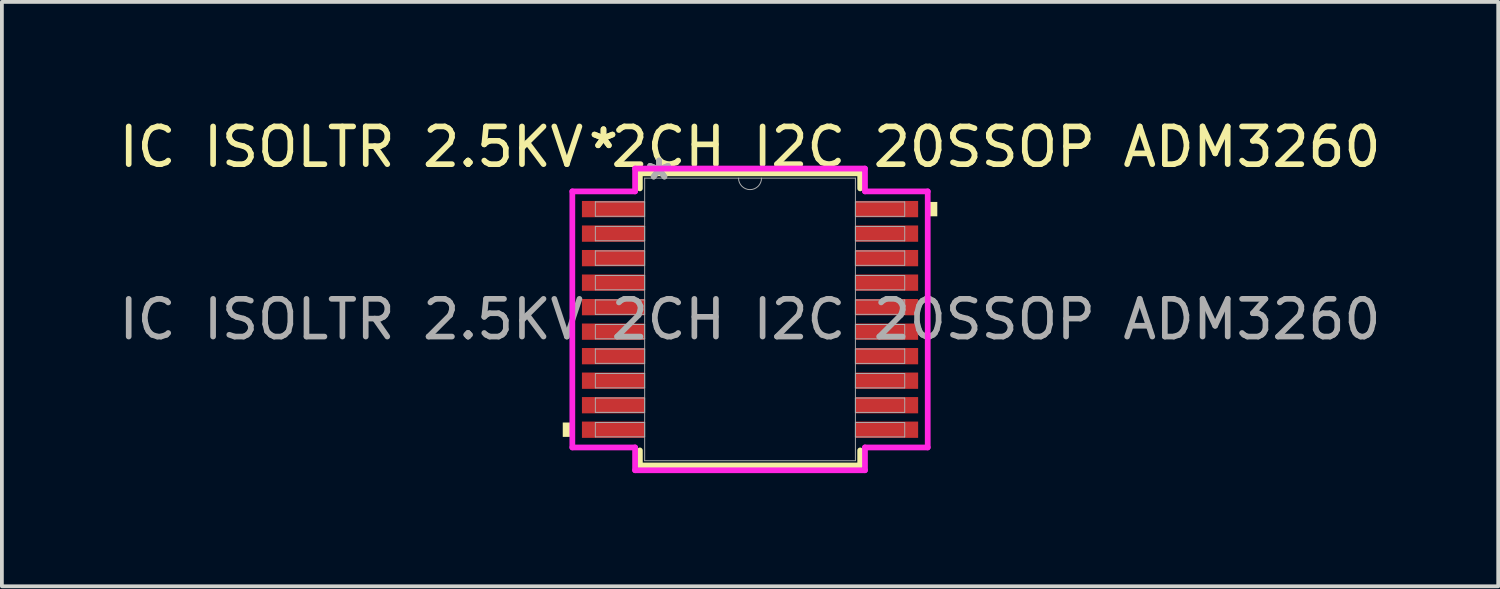
<source format=kicad_pcb>
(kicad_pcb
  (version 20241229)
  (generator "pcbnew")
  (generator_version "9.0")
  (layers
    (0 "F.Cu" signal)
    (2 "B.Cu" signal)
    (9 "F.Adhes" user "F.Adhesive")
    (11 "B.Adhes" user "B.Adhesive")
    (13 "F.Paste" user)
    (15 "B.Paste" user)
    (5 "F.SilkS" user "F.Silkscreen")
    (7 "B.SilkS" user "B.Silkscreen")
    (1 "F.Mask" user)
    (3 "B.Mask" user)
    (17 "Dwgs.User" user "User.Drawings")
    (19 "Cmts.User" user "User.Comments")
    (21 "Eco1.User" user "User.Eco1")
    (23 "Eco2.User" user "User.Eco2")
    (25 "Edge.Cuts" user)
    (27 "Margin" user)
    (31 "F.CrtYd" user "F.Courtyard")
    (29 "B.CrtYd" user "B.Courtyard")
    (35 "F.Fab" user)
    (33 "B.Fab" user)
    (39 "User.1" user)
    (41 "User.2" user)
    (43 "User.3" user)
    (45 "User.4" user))
  (footprint "IC ISOLTR 2.5KV 2CH I2C 20SSOP ADM3260"
    (layer "F.Cu")
    (at 16.839 5.42)
    (property "Reference" "IC ISOLTR 2.5KV 2CH I2C 20SSOP ADM3260" (at 0 -4.572 0) (unlocked yes) (layer "F.SilkS") (effects (font (size 1 1) (thickness 0.15))))
    (attr smd)
    (fp_line (start -2.921 -3.873) (end -2.921 -3.474) (stroke (width 0.152) (type solid)) (layer "F.SilkS"))
    (fp_line (start -2.921 3.474) (end -2.921 3.873) (stroke (width 0.152) (type solid)) (layer "F.SilkS"))
    (fp_line (start -2.921 3.873) (end 2.921 3.873) (stroke (width 0.152) (type solid)) (layer "F.SilkS"))
    (fp_line (start 2.921 -3.873) (end -2.921 -3.873) (stroke (width 0.152) (type solid)) (layer "F.SilkS"))
    (fp_line (start 2.921 -3.474) (end 2.921 -3.873) (stroke (width 0.152) (type solid)) (layer "F.SilkS"))
    (fp_line (start 2.921 3.873) (end 2.921 3.474) (stroke (width 0.152) (type solid)) (layer "F.SilkS"))
    (fp_poly (pts (xy -4.966 2.734) (xy -4.966 3.115) (xy -4.712 3.115) (xy -4.712 2.734)) (stroke (width 0) (type solid)) (fill yes) (layer "F.SilkS"))
    (fp_poly (pts (xy 4.966 -3.115) (xy 4.966 -2.734) (xy 4.712 -2.734) (xy 4.712 -3.115)) (stroke (width 0) (type solid)) (fill yes) (layer "F.SilkS"))
    (fp_line (start -4.712 -3.395) (end -3.048 -3.395) (stroke (width 0.152) (type solid)) (layer "F.CrtYd"))
    (fp_line (start -4.712 3.395) (end -4.712 -3.395) (stroke (width 0.152) (type solid)) (layer "F.CrtYd"))
    (fp_line (start -4.712 3.395) (end -3.048 3.395) (stroke (width 0.152) (type solid)) (layer "F.CrtYd"))
    (fp_line (start -3.048 -4) (end 3.048 -4) (stroke (width 0.152) (type solid)) (layer "F.CrtYd"))
    (fp_line (start -3.048 -3.395) (end -3.048 -4) (stroke (width 0.152) (type solid)) (layer "F.CrtYd"))
    (fp_line (start -3.048 4) (end -3.048 3.395) (stroke (width 0.152) (type solid)) (layer "F.CrtYd"))
    (fp_line (start 3.048 -4) (end 3.048 -3.395) (stroke (width 0.152) (type solid)) (layer "F.CrtYd"))
    (fp_line (start 3.048 3.395) (end 3.048 4) (stroke (width 0.152) (type solid)) (layer "F.CrtYd"))
    (fp_line (start 3.048 4) (end -3.048 4) (stroke (width 0.152) (type solid)) (layer "F.CrtYd"))
    (fp_line (start 4.712 -3.395) (end 3.048 -3.395) (stroke (width 0.152) (type solid)) (layer "F.CrtYd"))
    (fp_line (start 4.712 -3.395) (end 4.712 3.395) (stroke (width 0.152) (type solid)) (layer "F.CrtYd"))
    (fp_line (start 4.712 3.395) (end 3.048 3.395) (stroke (width 0.152) (type solid)) (layer "F.CrtYd"))
    (fp_line (start -4.102 -3.116) (end -4.102 -2.735) (stroke (width 0.025) (type solid)) (layer "F.Fab"))
    (fp_line (start -4.102 -2.735) (end -2.794 -2.735) (stroke (width 0.025) (type solid)) (layer "F.Fab"))
    (fp_line (start -4.102 -2.466) (end -4.102 -2.084) (stroke (width 0.025) (type solid)) (layer "F.Fab"))
    (fp_line (start -4.102 -2.084) (end -2.794 -2.084) (stroke (width 0.025) (type solid)) (layer "F.Fab"))
    (fp_line (start -4.102 -1.816) (end -4.102 -1.435) (stroke (width 0.025) (type solid)) (layer "F.Fab"))
    (fp_line (start -4.102 -1.435) (end -2.794 -1.435) (stroke (width 0.025) (type solid)) (layer "F.Fab"))
    (fp_line (start -4.102 -1.166) (end -4.102 -0.785) (stroke (width 0.025) (type solid)) (layer "F.Fab"))
    (fp_line (start -4.102 -0.785) (end -2.794 -0.785) (stroke (width 0.025) (type solid)) (layer "F.Fab"))
    (fp_line (start -4.102 -0.516) (end -4.102 -0.135) (stroke (width 0.025) (type solid)) (layer "F.Fab"))
    (fp_line (start -4.102 -0.135) (end -2.794 -0.135) (stroke (width 0.025) (type solid)) (layer "F.Fab"))
    (fp_line (start -4.102 0.134) (end -4.102 0.515) (stroke (width 0.025) (type solid)) (layer "F.Fab"))
    (fp_line (start -4.102 0.515) (end -2.794 0.515) (stroke (width 0.025) (type solid)) (layer "F.Fab"))
    (fp_line (start -4.102 0.784) (end -4.102 1.165) (stroke (width 0.025) (type solid)) (layer "F.Fab"))
    (fp_line (start -4.102 1.165) (end -2.794 1.165) (stroke (width 0.025) (type solid)) (layer "F.Fab"))
    (fp_line (start -4.102 1.434) (end -4.102 1.815) (stroke (width 0.025) (type solid)) (layer "F.Fab"))
    (fp_line (start -4.102 1.815) (end -2.794 1.815) (stroke (width 0.025) (type solid)) (layer "F.Fab"))
    (fp_line (start -4.102 2.084) (end -4.102 2.465) (stroke (width 0.025) (type solid)) (layer "F.Fab"))
    (fp_line (start -4.102 2.465) (end -2.794 2.465) (stroke (width 0.025) (type solid)) (layer "F.Fab"))
    (fp_line (start -4.102 2.734) (end -4.102 3.115) (stroke (width 0.025) (type solid)) (layer "F.Fab"))
    (fp_line (start -4.102 3.115) (end -2.794 3.115) (stroke (width 0.025) (type solid)) (layer "F.Fab"))
    (fp_line (start -2.794 -3.747) (end -2.794 3.747) (stroke (width 0.025) (type solid)) (layer "F.Fab"))
    (fp_line (start -2.794 -3.116) (end -4.102 -3.116) (stroke (width 0.025) (type solid)) (layer "F.Fab"))
    (fp_line (start -2.794 -2.735) (end -2.794 -3.116) (stroke (width 0.025) (type solid)) (layer "F.Fab"))
    (fp_line (start -2.794 -2.466) (end -4.102 -2.466) (stroke (width 0.025) (type solid)) (layer "F.Fab"))
    (fp_line (start -2.794 -2.084) (end -2.794 -2.466) (stroke (width 0.025) (type solid)) (layer "F.Fab"))
    (fp_line (start -2.794 -1.816) (end -4.102 -1.816) (stroke (width 0.025) (type solid)) (layer "F.Fab"))
    (fp_line (start -2.794 -1.435) (end -2.794 -1.816) (stroke (width 0.025) (type solid)) (layer "F.Fab"))
    (fp_line (start -2.794 -1.166) (end -4.102 -1.166) (stroke (width 0.025) (type solid)) (layer "F.Fab"))
    (fp_line (start -2.794 -0.785) (end -2.794 -1.166) (stroke (width 0.025) (type solid)) (layer "F.Fab"))
    (fp_line (start -2.794 -0.516) (end -4.102 -0.516) (stroke (width 0.025) (type solid)) (layer "F.Fab"))
    (fp_line (start -2.794 -0.135) (end -2.794 -0.516) (stroke (width 0.025) (type solid)) (layer "F.Fab"))
    (fp_line (start -2.794 0.134) (end -4.102 0.134) (stroke (width 0.025) (type solid)) (layer "F.Fab"))
    (fp_line (start -2.794 0.515) (end -2.794 0.134) (stroke (width 0.025) (type solid)) (layer "F.Fab"))
    (fp_line (start -2.794 0.784) (end -4.102 0.784) (stroke (width 0.025) (type solid)) (layer "F.Fab"))
    (fp_line (start -2.794 1.165) (end -2.794 0.784) (stroke (width 0.025) (type solid)) (layer "F.Fab"))
    (fp_line (start -2.794 1.434) (end -4.102 1.434) (stroke (width 0.025) (type solid)) (layer "F.Fab"))
    (fp_line (start -2.794 1.815) (end -2.794 1.434) (stroke (width 0.025) (type solid)) (layer "F.Fab"))
    (fp_line (start -2.794 2.084) (end -4.102 2.084) (stroke (width 0.025) (type solid)) (layer "F.Fab"))
    (fp_line (start -2.794 2.465) (end -2.794 2.084) (stroke (width 0.025) (type solid)) (layer "F.Fab"))
    (fp_line (start -2.794 2.734) (end -4.102 2.734) (stroke (width 0.025) (type solid)) (layer "F.Fab"))
    (fp_line (start -2.794 3.115) (end -2.794 2.734) (stroke (width 0.025) (type solid)) (layer "F.Fab"))
    (fp_line (start -2.794 3.747) (end 2.794 3.747) (stroke (width 0.025) (type solid)) (layer "F.Fab"))
    (fp_line (start 2.794 -3.747) (end -2.794 -3.747) (stroke (width 0.025) (type solid)) (layer "F.Fab"))
    (fp_line (start 2.794 -3.115) (end 2.794 -2.734) (stroke (width 0.025) (type solid)) (layer "F.Fab"))
    (fp_line (start 2.794 -2.734) (end 4.102 -2.734) (stroke (width 0.025) (type solid)) (layer "F.Fab"))
    (fp_line (start 2.794 -2.465) (end 2.794 -2.084) (stroke (width 0.025) (type solid)) (layer "F.Fab"))
    (fp_line (start 2.794 -2.084) (end 4.102 -2.084) (stroke (width 0.025) (type solid)) (layer "F.Fab"))
    (fp_line (start 2.794 -1.815) (end 2.794 -1.434) (stroke (width 0.025) (type solid)) (layer "F.Fab"))
    (fp_line (start 2.794 -1.434) (end 4.102 -1.434) (stroke (width 0.025) (type solid)) (layer "F.Fab"))
    (fp_line (start 2.794 -1.165) (end 2.794 -0.784) (stroke (width 0.025) (type solid)) (layer "F.Fab"))
    (fp_line (start 2.794 -0.784) (end 4.102 -0.784) (stroke (width 0.025) (type solid)) (layer "F.Fab"))
    (fp_line (start 2.794 -0.515) (end 2.794 -0.134) (stroke (width 0.025) (type solid)) (layer "F.Fab"))
    (fp_line (start 2.794 -0.134) (end 4.102 -0.134) (stroke (width 0.025) (type solid)) (layer "F.Fab"))
    (fp_line (start 2.794 0.135) (end 2.794 0.516) (stroke (width 0.025) (type solid)) (layer "F.Fab"))
    (fp_line (start 2.794 0.516) (end 4.102 0.516) (stroke (width 0.025) (type solid)) (layer "F.Fab"))
    (fp_line (start 2.794 0.785) (end 2.794 1.166) (stroke (width 0.025) (type solid)) (layer "F.Fab"))
    (fp_line (start 2.794 1.166) (end 4.102 1.166) (stroke (width 0.025) (type solid)) (layer "F.Fab"))
    (fp_line (start 2.794 1.435) (end 2.794 1.816) (stroke (width 0.025) (type solid)) (layer "F.Fab"))
    (fp_line (start 2.794 1.816) (end 4.102 1.816) (stroke (width 0.025) (type solid)) (layer "F.Fab"))
    (fp_line (start 2.794 2.085) (end 2.794 2.466) (stroke (width 0.025) (type solid)) (layer "F.Fab"))
    (fp_line (start 2.794 2.466) (end 4.102 2.466) (stroke (width 0.025) (type solid)) (layer "F.Fab"))
    (fp_line (start 2.794 2.735) (end 2.794 3.116) (stroke (width 0.025) (type solid)) (layer "F.Fab"))
    (fp_line (start 2.794 3.116) (end 4.102 3.116) (stroke (width 0.025) (type solid)) (layer "F.Fab"))
    (fp_line (start 2.794 3.747) (end 2.794 -3.747) (stroke (width 0.025) (type solid)) (layer "F.Fab"))
    (fp_line (start 4.102 -3.115) (end 2.794 -3.115) (stroke (width 0.025) (type solid)) (layer "F.Fab"))
    (fp_line (start 4.102 -2.734) (end 4.102 -3.115) (stroke (width 0.025) (type solid)) (layer "F.Fab"))
    (fp_line (start 4.102 -2.465) (end 2.794 -2.465) (stroke (width 0.025) (type solid)) (layer "F.Fab"))
    (fp_line (start 4.102 -2.084) (end 4.102 -2.465) (stroke (width 0.025) (type solid)) (layer "F.Fab"))
    (fp_line (start 4.102 -1.815) (end 2.794 -1.815) (stroke (width 0.025) (type solid)) (layer "F.Fab"))
    (fp_line (start 4.102 -1.434) (end 4.102 -1.815) (stroke (width 0.025) (type solid)) (layer "F.Fab"))
    (fp_line (start 4.102 -1.165) (end 2.794 -1.165) (stroke (width 0.025) (type solid)) (layer "F.Fab"))
    (fp_line (start 4.102 -0.784) (end 4.102 -1.165) (stroke (width 0.025) (type solid)) (layer "F.Fab"))
    (fp_line (start 4.102 -0.515) (end 2.794 -0.515) (stroke (width 0.025) (type solid)) (layer "F.Fab"))
    (fp_line (start 4.102 -0.134) (end 4.102 -0.515) (stroke (width 0.025) (type solid)) (layer "F.Fab"))
    (fp_line (start 4.102 0.135) (end 2.794 0.135) (stroke (width 0.025) (type solid)) (layer "F.Fab"))
    (fp_line (start 4.102 0.516) (end 4.102 0.135) (stroke (width 0.025) (type solid)) (layer "F.Fab"))
    (fp_line (start 4.102 0.785) (end 2.794 0.785) (stroke (width 0.025) (type solid)) (layer "F.Fab"))
    (fp_line (start 4.102 1.166) (end 4.102 0.785) (stroke (width 0.025) (type solid)) (layer "F.Fab"))
    (fp_line (start 4.102 1.435) (end 2.794 1.435) (stroke (width 0.025) (type solid)) (layer "F.Fab"))
    (fp_line (start 4.102 1.816) (end 4.102 1.435) (stroke (width 0.025) (type solid)) (layer "F.Fab"))
    (fp_line (start 4.102 2.085) (end 2.794 2.085) (stroke (width 0.025) (type solid)) (layer "F.Fab"))
    (fp_line (start 4.102 2.466) (end 4.102 2.085) (stroke (width 0.025) (type solid)) (layer "F.Fab"))
    (fp_line (start 4.102 2.735) (end 2.794 2.735) (stroke (width 0.025) (type solid)) (layer "F.Fab"))
    (fp_line (start 4.102 3.116) (end 4.102 2.735) (stroke (width 0.025) (type solid)) (layer "F.Fab"))
    (fp_arc (start 0.3048 -3.7465) (mid 0 -3.4417) (end -0.3048 -3.7465) (stroke (width 0.0254) (type solid)) (layer "F.Fab"))
    (fp_text user "*" (at -3.886 -4.5 0) (layer "F.SilkS") (effects (font (size 1 1) (thickness 0.15))))
    (fp_text user "*" (at -3.886 -4.5 0) (unlocked yes) (layer "F.SilkS") (effects (font (size 1 1) (thickness 0.15))))
    (fp_text user "*" (at -2.413 -3.67 0) (layer "F.Fab") (effects (font (size 1 1) (thickness 0.15))))
    (fp_text user "*" (at -2.413 -3.67 0) (unlocked yes) (layer "F.Fab") (effects (font (size 1 1) (thickness 0.15))))
    (fp_text user "${REFERENCE}" (at 0 0 0) (unlocked yes) (layer "F.Fab") (effects (font (size 1 1) (thickness 0.15))))
    (pad "1" smd rect (at -3.632 -2.925) (size 1.651 0.432) (layers "F.Cu" "F.Mask" "F.Paste"))
    (pad "2" smd rect (at -3.632 -2.275) (size 1.651 0.432) (layers "F.Cu" "F.Mask" "F.Paste"))
    (pad "3" smd rect (at -3.632 -1.625) (size 1.651 0.432) (layers "F.Cu" "F.Mask" "F.Paste"))
    (pad "4" smd rect (at -3.632 -0.975) (size 1.651 0.432) (layers "F.Cu" "F.Mask" "F.Paste"))
    (pad "5" smd rect (at -3.632 -0.325) (size 1.651 0.432) (layers "F.Cu" "F.Mask" "F.Paste"))
    (pad "6" smd rect (at -3.632 0.325) (size 1.651 0.432) (layers "F.Cu" "F.Mask" "F.Paste"))
    (pad "7" smd rect (at -3.632 0.975) (size 1.651 0.432) (layers "F.Cu" "F.Mask" "F.Paste"))
    (pad "8" smd rect (at -3.632 1.625) (size 1.651 0.432) (layers "F.Cu" "F.Mask" "F.Paste"))
    (pad "9" smd rect (at -3.632 2.275) (size 1.651 0.432) (layers "F.Cu" "F.Mask" "F.Paste"))
    (pad "10" smd rect (at -3.632 2.925) (size 1.651 0.432) (layers "F.Cu" "F.Mask" "F.Paste"))
    (pad "11" smd rect (at 3.632 2.925) (size 1.651 0.432) (layers "F.Cu" "F.Mask" "F.Paste"))
    (pad "12" smd rect (at 3.632 2.275) (size 1.651 0.432) (layers "F.Cu" "F.Mask" "F.Paste"))
    (pad "13" smd rect (at 3.632 1.625) (size 1.651 0.432) (layers "F.Cu" "F.Mask" "F.Paste"))
    (pad "14" smd rect (at 3.632 0.975) (size 1.651 0.432) (layers "F.Cu" "F.Mask" "F.Paste"))
    (pad "15" smd rect (at 3.632 0.325) (size 1.651 0.432) (layers "F.Cu" "F.Mask" "F.Paste"))
    (pad "16" smd rect (at 3.632 -0.325) (size 1.651 0.432) (layers "F.Cu" "F.Mask" "F.Paste"))
    (pad "17" smd rect (at 3.632 -0.975) (size 1.651 0.432) (layers "F.Cu" "F.Mask" "F.Paste"))
    (pad "18" smd rect (at 3.632 -1.625) (size 1.651 0.432) (layers "F.Cu" "F.Mask" "F.Paste"))
    (pad "19" smd rect (at 3.632 -2.275) (size 1.651 0.432) (layers "F.Cu" "F.Mask" "F.Paste"))
    (pad "20" smd rect (at 3.632 -2.925) (size 1.651 0.432) (layers "F.Cu" "F.Mask" "F.Paste")))
  (gr_rect
    (start -3 -3)
    (end 36.679 12.497)
    (stroke (width 0.1) (type default))
    (fill no)
    (layer "Edge.Cuts")))
</source>
